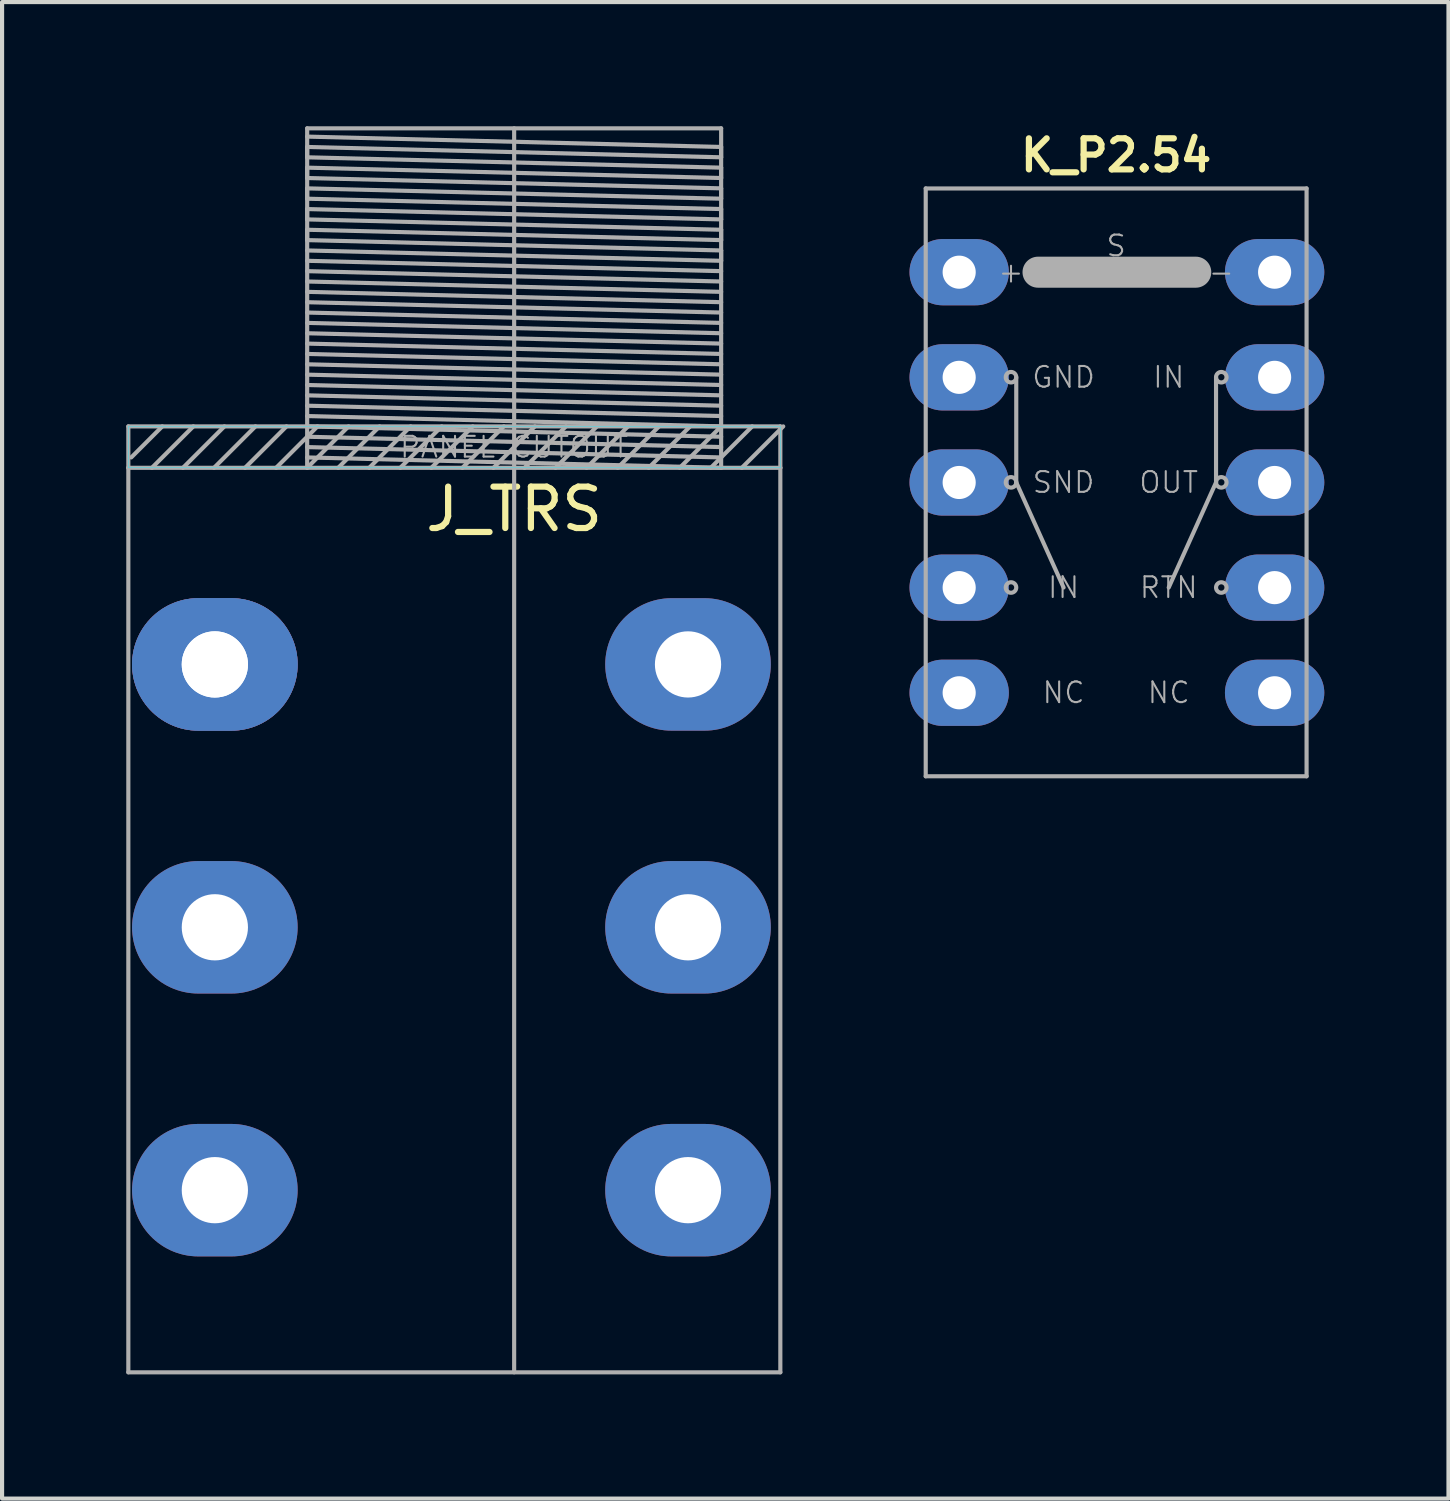
<source format=kicad_pcb>
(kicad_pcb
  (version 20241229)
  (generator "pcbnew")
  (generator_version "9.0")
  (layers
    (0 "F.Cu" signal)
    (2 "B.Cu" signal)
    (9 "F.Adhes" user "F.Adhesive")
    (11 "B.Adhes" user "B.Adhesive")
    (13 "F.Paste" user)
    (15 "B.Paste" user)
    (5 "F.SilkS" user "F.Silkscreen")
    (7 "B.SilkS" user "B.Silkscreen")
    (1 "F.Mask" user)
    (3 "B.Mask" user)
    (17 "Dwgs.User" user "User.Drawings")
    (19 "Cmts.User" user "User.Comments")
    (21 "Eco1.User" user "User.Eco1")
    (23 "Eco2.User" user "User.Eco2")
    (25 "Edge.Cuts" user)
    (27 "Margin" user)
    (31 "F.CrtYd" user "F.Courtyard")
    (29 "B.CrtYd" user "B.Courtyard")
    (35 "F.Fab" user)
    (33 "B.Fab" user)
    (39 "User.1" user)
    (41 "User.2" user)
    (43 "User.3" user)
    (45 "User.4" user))
  (footprint "K_P2.54"
    (layer "F.Cu")
    (at 23.912 8.602)
    (property "Reference" "K_P2.54" (at 0 -7.9 0) (layer "F.SilkS") (effects (font (size 0.75 0.75) (thickness 0.15))))
    (attr through_hole)
    (fp_line (start -4.6 -7.1) (end 4.6 -7.1) (stroke (width 0.1) (type solid)) (layer "F.Fab"))
    (fp_line (start -4.6 7.1) (end -4.6 -7.1) (stroke (width 0.1) (type solid)) (layer "F.Fab"))
    (fp_line (start -2.413 0) (end -2.413 -2.54) (stroke (width 0.1) (type solid)) (layer "F.Fab"))
    (fp_line (start -2.413 0) (end -1.27 2.54) (stroke (width 0.1) (type solid)) (layer "F.Fab"))
    (fp_line (start 1.923 -5.077) (end -1.887 -5.077) (stroke (width 0.75) (type solid)) (layer "F.Fab"))
    (fp_line (start 2.413 0) (end 1.27 2.54) (stroke (width 0.1) (type solid)) (layer "F.Fab"))
    (fp_line (start 2.413 0) (end 2.413 -2.54) (stroke (width 0.1) (type solid)) (layer "F.Fab"))
    (fp_line (start 4.6 -7.1) (end 4.6 7.1) (stroke (width 0.1) (type solid)) (layer "F.Fab"))
    (fp_line (start 4.6 7.1) (end -4.6 7.1) (stroke (width 0.1) (type solid)) (layer "F.Fab"))
    (fp_circle (center -2.54 -2.54) (end -2.54 -2.413) (stroke (width 0.1) (type solid)) (fill no) (layer "F.Fab"))
    (fp_circle (center -2.54 0) (end -2.54 -0.127) (stroke (width 0.1) (type solid)) (fill no) (layer "F.Fab"))
    (fp_circle (center -2.54 2.54) (end -2.54 2.413) (stroke (width 0.1) (type solid)) (fill no) (layer "F.Fab"))
    (fp_circle (center 2.54 -2.54) (end 2.54 -2.667) (stroke (width 0.1) (type solid)) (fill no) (layer "F.Fab"))
    (fp_circle (center 2.54 0) (end 2.54 -0.127) (stroke (width 0.1) (type solid)) (fill no) (layer "F.Fab"))
    (fp_circle (center 2.54 2.54) (end 2.54 2.413) (stroke (width 0.1) (type solid)) (fill no) (layer "F.Fab"))
    (fp_text user "S" (at 0 -5.715 0) (layer "F.Fab") (effects (font (size 0.5 0.5) (thickness 0.05))))
    (fp_text user "NC" (at -1.27 5.08 0) (layer "F.Fab") (effects (font (size 0.5 0.5) (thickness 0.05))))
    (fp_text user "RTN" (at 1.27 2.54 0) (layer "F.Fab") (effects (font (size 0.5 0.5) (thickness 0.05))))
    (fp_text user "GND" (at -1.27 -2.54 0) (layer "F.Fab") (effects (font (size 0.5 0.5) (thickness 0.05))))
    (fp_text user "IN" (at -1.27 2.54 0) (layer "F.Fab") (effects (font (size 0.5 0.5) (thickness 0.05))))
    (fp_text user "OUT" (at 1.27 0 0) (layer "F.Fab") (effects (font (size 0.5 0.5) (thickness 0.05))))
    (fp_text user "-" (at 2.54 -5.08 0) (layer "F.Fab") (effects (font (size 0.5 0.5) (thickness 0.05))))
    (fp_text user "SND" (at -1.27 0 0) (layer "F.Fab") (effects (font (size 0.5 0.5) (thickness 0.05))))
    (fp_text user "+" (at -2.54 -5.08 0) (layer "F.Fab") (effects (font (size 0.5 0.5) (thickness 0.05))))
    (fp_text user "NC" (at 1.27 5.08 0) (layer "F.Fab") (effects (font (size 0.5 0.5) (thickness 0.05))))
    (fp_text user "IN" (at 1.27 -2.54 0) (layer "F.Fab") (effects (font (size 0.5 0.5) (thickness 0.05))))
    (pad "" connect circle (at -3.81 -5.08) (size 0.8 0.8) (layers "F.Mask"))
    (pad "" connect circle (at -3.81 -2.54) (size 0.8 0.8) (layers "F.Mask"))
    (pad "" connect circle (at -3.81 0) (size 0.8 0.8) (layers "F.Mask"))
    (pad "" connect circle (at -3.81 2.54) (size 0.8 0.8) (layers "F.Mask"))
    (pad "" connect circle (at -3.81 5.08) (size 0.8 0.8) (layers "F.Mask"))
    (pad "" connect circle (at 3.81 -5.08) (size 0.8 0.8) (layers "F.Mask"))
    (pad "" connect circle (at 3.81 -2.54) (size 0.8 0.8) (layers "F.Mask"))
    (pad "" connect circle (at 3.81 0) (size 0.8 0.8) (layers "F.Mask"))
    (pad "" connect circle (at 3.81 2.54) (size 0.8 0.8) (layers "F.Mask"))
    (pad "" connect circle (at 3.81 5.08) (size 0.8 0.8) (layers "F.Mask"))
    (pad "1" thru_hole oval (at -3.792 -5.077) (size 2.4 1.6) (drill 0.8) (layers "B.Cu" "B.Mask"))
    (pad "2" thru_hole oval (at -3.792 -2.537) (size 2.4 1.6) (drill 0.8) (layers "B.Cu" "B.Mask"))
    (pad "3" thru_hole oval (at -3.792 0.003) (size 2.4 1.6) (drill 0.8) (layers "B.Cu" "B.Mask"))
    (pad "4" thru_hole oval (at -3.792 2.543) (size 2.4 1.6) (drill 0.8) (layers "B.Cu" "B.Mask"))
    (pad "5" thru_hole oval (at -3.792 5.083) (size 2.4 1.6) (drill 0.8) (layers "B.Cu" "B.Mask"))
    (pad "6" thru_hole oval (at 3.828 5.083) (size 2.4 1.6) (drill 0.8) (layers "B.Cu" "B.Mask"))
    (pad "7" thru_hole oval (at 3.828 2.543) (size 2.4 1.6) (drill 0.8) (layers "B.Cu" "B.Mask"))
    (pad "8" thru_hole oval (at 3.828 0.003) (size 2.4 1.6) (drill 0.8) (layers "B.Cu" "B.Mask"))
    (pad "9" thru_hole oval (at 3.828 -2.537) (size 2.4 1.6) (drill 0.8) (layers "B.Cu" "B.Mask"))
    (pad "10" thru_hole oval (at 3.828 -5.077) (size 2.4 1.6) (drill 0.8) (layers "B.Cu" "B.Mask")))
  (footprint "J_TRS"
    (layer "F.Cu")
    (at 9.37 8.25)
    (property "Reference" "J_TRS" (at 0 1 0) (layer "F.SilkS") (effects (font (size 1 1) (thickness 0.15))))
    (attr through_hole)
    (fp_poly (pts (xy -9.32 0) (xy -9.32 -1) (xy 6.43 -1) (xy 6.43 0)) (stroke (width 0.01) (type solid)) (fill no) (layer "B.CrtYd"))
    (fp_line (start -9.32 -1) (end 6.43 -1) (stroke (width 0.1) (type solid)) (layer "F.Fab"))
    (fp_line (start -9.32 0) (end -9.32 -1) (stroke (width 0.1) (type solid)) (layer "F.Fab"))
    (fp_line (start -9.32 21.85) (end -9.32 0) (stroke (width 0.1) (type solid)) (layer "F.Fab"))
    (fp_line (start -8.5 -1) (end -9.25 -0.25) (stroke (width 0.1) (type solid)) (layer "F.Fab"))
    (fp_line (start -8 0) (end -7 -1) (stroke (width 0.1) (type solid)) (layer "F.Fab"))
    (fp_line (start -7.75 -1) (end -8.75 0) (stroke (width 0.1) (type solid)) (layer "F.Fab"))
    (fp_line (start -6.25 -1) (end -7.25 0) (stroke (width 0.1) (type solid)) (layer "F.Fab"))
    (fp_line (start -5.5 -1) (end -6.5 0) (stroke (width 0.1) (type solid)) (layer "F.Fab"))
    (fp_line (start -5 -8.2) (end 5 -8.2) (stroke (width 0.1) (type solid)) (layer "F.Fab"))
    (fp_line (start -5 -8) (end 5 -7.75) (stroke (width 0.1) (type solid)) (layer "F.Fab"))
    (fp_line (start -5 -7.75) (end -5 -7.5) (stroke (width 0.1) (type solid)) (layer "F.Fab"))
    (fp_line (start -5 -7.5) (end 5 -7.25) (stroke (width 0.1) (type solid)) (layer "F.Fab"))
    (fp_line (start -5 -7.25) (end -5 -7) (stroke (width 0.1) (type solid)) (layer "F.Fab"))
    (fp_line (start -5 -7) (end 5 -6.75) (stroke (width 0.1) (type solid)) (layer "F.Fab"))
    (fp_line (start -5 -6.75) (end -5 -6.5) (stroke (width 0.1) (type solid)) (layer "F.Fab"))
    (fp_line (start -5 -6.5) (end 5 -6.25) (stroke (width 0.1) (type solid)) (layer "F.Fab"))
    (fp_line (start -5 -6.25) (end -5 -6) (stroke (width 0.1) (type solid)) (layer "F.Fab"))
    (fp_line (start -5 -6) (end 5 -5.75) (stroke (width 0.1) (type solid)) (layer "F.Fab"))
    (fp_line (start -5 -5.75) (end -5 -5.5) (stroke (width 0.1) (type solid)) (layer "F.Fab"))
    (fp_line (start -5 -5.5) (end 5 -5.25) (stroke (width 0.1) (type solid)) (layer "F.Fab"))
    (fp_line (start -5 -5.25) (end 5 -5) (stroke (width 0.1) (type solid)) (layer "F.Fab"))
    (fp_line (start -5 -5) (end 5 -4.75) (stroke (width 0.1) (type solid)) (layer "F.Fab"))
    (fp_line (start -5 -4.75) (end 5 -4.5) (stroke (width 0.1) (type solid)) (layer "F.Fab"))
    (fp_line (start -5 -4.5) (end 5 -4.25) (stroke (width 0.1) (type solid)) (layer "F.Fab"))
    (fp_line (start -5 -4.25) (end 5 -4) (stroke (width 0.1) (type solid)) (layer "F.Fab"))
    (fp_line (start -5 -4) (end 5 -3.75) (stroke (width 0.1) (type solid)) (layer "F.Fab"))
    (fp_line (start -5 -3.75) (end 5 -3.5) (stroke (width 0.1) (type solid)) (layer "F.Fab"))
    (fp_line (start -5 -3.5) (end 5 -3.25) (stroke (width 0.1) (type solid)) (layer "F.Fab"))
    (fp_line (start -5 -3.25) (end 5 -3) (stroke (width 0.1) (type solid)) (layer "F.Fab"))
    (fp_line (start -5 -3) (end 5 -2.75) (stroke (width 0.1) (type solid)) (layer "F.Fab"))
    (fp_line (start -5 -2.75) (end 5 -2.5) (stroke (width 0.1) (type solid)) (layer "F.Fab"))
    (fp_line (start -5 -2.5) (end 5 -2.25) (stroke (width 0.1) (type solid)) (layer "F.Fab"))
    (fp_line (start -5 -2.25) (end 5 -2) (stroke (width 0.1) (type solid)) (layer "F.Fab"))
    (fp_line (start -5 -2) (end 5 -1.75) (stroke (width 0.1) (type solid)) (layer "F.Fab"))
    (fp_line (start -5 -1.75) (end 5 -1.5) (stroke (width 0.1) (type solid)) (layer "F.Fab"))
    (fp_line (start -5 -1.5) (end 5 -1.25) (stroke (width 0.1) (type solid)) (layer "F.Fab"))
    (fp_line (start -5 -1.25) (end 5 -1) (stroke (width 0.1) (type solid)) (layer "F.Fab"))
    (fp_line (start -5 -1) (end 5 -0.75) (stroke (width 0.1) (type solid)) (layer "F.Fab"))
    (fp_line (start -5 -0.75) (end 5 -0.5) (stroke (width 0.1) (type solid)) (layer "F.Fab"))
    (fp_line (start -5 -0.5) (end 5 -0.25) (stroke (width 0.1) (type solid)) (layer "F.Fab"))
    (fp_line (start -5 -0.25) (end 5 0) (stroke (width 0.1) (type solid)) (layer "F.Fab"))
    (fp_line (start -5 0) (end -5 -8.2) (stroke (width 0.1) (type solid)) (layer "F.Fab"))
    (fp_line (start -5 0) (end -4 -1) (stroke (width 0.1) (type solid)) (layer "F.Fab"))
    (fp_line (start -4.75 -1) (end -5.75 0) (stroke (width 0.1) (type solid)) (layer "F.Fab"))
    (fp_line (start -4.25 0) (end -3.25 -1) (stroke (width 0.1) (type solid)) (layer "F.Fab"))
    (fp_line (start -3.5 0) (end -2.5 -1) (stroke (width 0.1) (type solid)) (layer "F.Fab"))
    (fp_line (start -2.75 0) (end -1.75 -1) (stroke (width 0.1) (type solid)) (layer "F.Fab"))
    (fp_line (start -2 0) (end -1 -1) (stroke (width 0.1) (type solid)) (layer "F.Fab"))
    (fp_line (start -0.5 0) (end 0.5 -1) (stroke (width 0.1) (type solid)) (layer "F.Fab"))
    (fp_line (start -0.25 -1) (end -1.25 0) (stroke (width 0.1) (type solid)) (layer "F.Fab"))
    (fp_line (start 0 0) (end -9.32 0) (stroke (width 0.1) (type solid)) (layer "F.Fab"))
    (fp_line (start 0 0) (end 6.43 0) (stroke (width 0.1) (type solid)) (layer "F.Fab"))
    (fp_line (start 0 21.85) (end 0 -8.2) (stroke (width 0.1) (type solid)) (layer "F.Fab"))
    (fp_line (start 1 0) (end 2 -1) (stroke (width 0.1) (type solid)) (layer "F.Fab"))
    (fp_line (start 1.25 -1) (end 0.25 0) (stroke (width 0.1) (type solid)) (layer "F.Fab"))
    (fp_line (start 2.5 0) (end 3.5 -1) (stroke (width 0.1) (type solid)) (layer "F.Fab"))
    (fp_line (start 2.75 -1) (end 1.75 0) (stroke (width 0.1) (type solid)) (layer "F.Fab"))
    (fp_line (start 4 0) (end 5 -1) (stroke (width 0.1) (type solid)) (layer "F.Fab"))
    (fp_line (start 4.25 -1) (end 3.25 0) (stroke (width 0.1) (type solid)) (layer "F.Fab"))
    (fp_line (start 4.75 0) (end 5.75 -1) (stroke (width 0.1) (type solid)) (layer "F.Fab"))
    (fp_line (start 5 -8.2) (end 5 0) (stroke (width 0.1) (type solid)) (layer "F.Fab"))
    (fp_line (start 5 -7.75) (end 5 -7.5) (stroke (width 0.1) (type solid)) (layer "F.Fab"))
    (fp_line (start 5 -7.5) (end -5 -7.75) (stroke (width 0.1) (type solid)) (layer "F.Fab"))
    (fp_line (start 5 -7.25) (end 5 -7) (stroke (width 0.1) (type solid)) (layer "F.Fab"))
    (fp_line (start 5 -7) (end -5 -7.25) (stroke (width 0.1) (type solid)) (layer "F.Fab"))
    (fp_line (start 5 -6.75) (end 5 -6.5) (stroke (width 0.1) (type solid)) (layer "F.Fab"))
    (fp_line (start 5 -6.5) (end -5 -6.75) (stroke (width 0.1) (type solid)) (layer "F.Fab"))
    (fp_line (start 5 -6.25) (end 5 -6) (stroke (width 0.1) (type solid)) (layer "F.Fab"))
    (fp_line (start 5 -6) (end -5 -6.25) (stroke (width 0.1) (type solid)) (layer "F.Fab"))
    (fp_line (start 5 -5.75) (end 5 -5.5) (stroke (width 0.1) (type solid)) (layer "F.Fab"))
    (fp_line (start 5 -5.5) (end -5 -5.75) (stroke (width 0.1) (type solid)) (layer "F.Fab"))
    (fp_line (start 5 -5.25) (end 5 -5) (stroke (width 0.1) (type solid)) (layer "F.Fab"))
    (fp_line (start 5.5 0) (end 6.5 -1) (stroke (width 0.1) (type solid)) (layer "F.Fab"))
    (fp_line (start 6.43 -1) (end 6.43 0) (stroke (width 0.1) (type solid)) (layer "F.Fab"))
    (fp_line (start 6.43 0) (end 6.43 21.85) (stroke (width 0.1) (type solid)) (layer "F.Fab"))
    (fp_line (start 6.43 21.85) (end -9.32 21.85) (stroke (width 0.1) (type solid)) (layer "F.Fab"))
    (fp_text user "PANEL CUTOUT" (at 0 -0.5 0) (layer "F.Fab") (effects (font (size 0.5 0.5) (thickness 0.05))))
    (pad "CHASSIS" thru_hole oval (at -7.23 4.75) (size 4 3.2) (drill 1.6) (layers "*.Cu" "*.Mask"))
    (pad "R" thru_hole oval (at -7.23 11.1) (size 4 3.2) (drill 1.6) (layers "*.Cu" "*.Mask"))
    (pad "RN" thru_hole oval (at 4.2 11.1) (size 4 3.2) (drill 1.6) (layers "*.Cu" "*.Mask"))
    (pad "S" thru_hole oval (at -7.23 4.75) (size 4 3.2) (drill 1.6) (layers "*.Cu" "*.Mask"))
    (pad "SN" thru_hole oval (at 4.2 4.75) (size 4 3.2) (drill 1.6) (layers "*.Cu" "*.Mask"))
    (pad "T" thru_hole oval (at -7.23 17.45) (size 4 3.2) (drill 1.6) (layers "*.Cu" "*.Mask"))
    (pad "TN" thru_hole oval (at 4.2 17.45) (size 4 3.2) (drill 1.6) (layers "*.Cu" "*.Mask")))
  (gr_rect
    (start -3 -3)
    (end 31.94 33.15)
    (stroke (width 0.1) (type default))
    (fill no)
    (layer "Edge.Cuts")))
</source>
